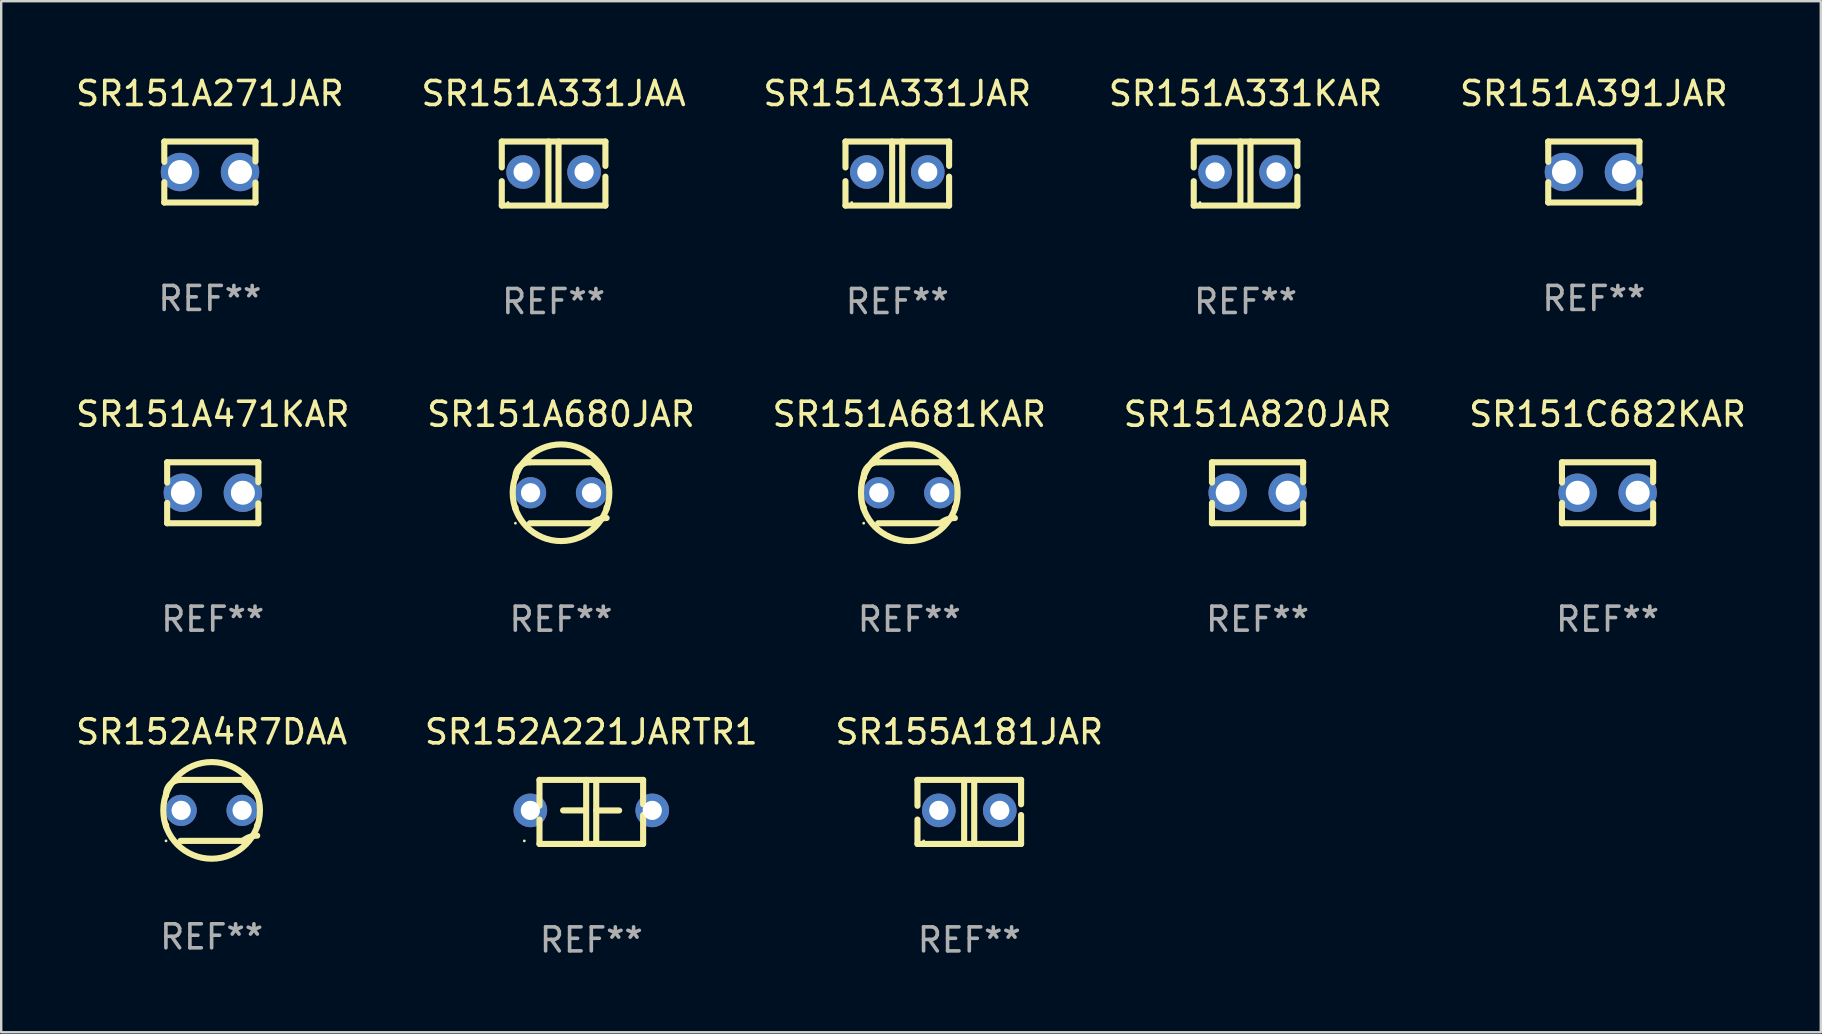
<source format=kicad_pcb>
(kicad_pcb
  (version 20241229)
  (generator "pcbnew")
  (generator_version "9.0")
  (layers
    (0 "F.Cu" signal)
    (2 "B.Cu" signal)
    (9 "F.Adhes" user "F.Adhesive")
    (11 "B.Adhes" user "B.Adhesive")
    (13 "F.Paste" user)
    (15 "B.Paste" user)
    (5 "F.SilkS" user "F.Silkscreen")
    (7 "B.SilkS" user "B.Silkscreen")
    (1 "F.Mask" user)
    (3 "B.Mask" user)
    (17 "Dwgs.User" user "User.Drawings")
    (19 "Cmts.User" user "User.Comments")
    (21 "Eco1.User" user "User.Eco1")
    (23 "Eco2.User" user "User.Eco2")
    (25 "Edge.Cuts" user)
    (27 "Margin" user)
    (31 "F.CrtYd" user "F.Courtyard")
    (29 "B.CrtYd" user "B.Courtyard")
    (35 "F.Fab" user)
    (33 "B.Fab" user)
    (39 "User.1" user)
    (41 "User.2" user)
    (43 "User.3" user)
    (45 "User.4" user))
  (footprint "SR151A820JAR"
    (layer "F.Cu")
    (at 49.351 17.482)
    (property "Reference" "SR151A820JAR" (at 0 -3.27 0) (layer "F.SilkS") (effects (font (size 1 1) (thickness 0.15))))
    (attr through_hole)
    (fp_line (start -1.9 -1.27) (end -1.9 -0.423) (stroke (width 0.254) (type solid)) (layer "F.SilkS"))
    (fp_line (start -1.9 -1.27) (end 1.9 -1.27) (stroke (width 0.254) (type solid)) (layer "F.SilkS"))
    (fp_line (start -1.9 0.423) (end -1.9 1.27) (stroke (width 0.254) (type solid)) (layer "F.SilkS"))
    (fp_line (start -1.9 1.27) (end 1.9 1.27) (stroke (width 0.254) (type solid)) (layer "F.SilkS"))
    (fp_line (start 1.9 -1.27) (end 1.9 -0.439) (stroke (width 0.254) (type solid)) (layer "F.SilkS"))
    (fp_line (start 1.9 0.439) (end 1.9 1.27) (stroke (width 0.254) (type solid)) (layer "F.SilkS"))
    (fp_circle (center -1.895 1.25) (end -1.865 1.25) (stroke (width 0.06) (type solid)) (fill no) (layer "F.SilkS"))
    (fp_text user "REF**" (at 0 5.27 0) (layer "F.Fab") (effects (font (size 1 1) (thickness 0.15))))
    (pad "1" thru_hole circle (at -1.245 0) (size 1.6 1.6) (drill 1) (layers "*.Cu" "*.Mask"))
    (pad "2" thru_hole circle (at 1.255 0) (size 1.6 1.6) (drill 1) (layers "*.Cu" "*.Mask")))
  (footprint "SR152A221JARTR1"
    (layer "F.Cu")
    (at 21.589 30.782)
    (property "Reference" "SR152A221JARTR1" (at 0 -3.334 0) (layer "F.SilkS") (effects (font (size 1 1) (thickness 0.15))))
    (attr through_hole)
    (fp_line (start -2.159 -1.334) (end 2.159 -1.334) (stroke (width 0.254) (type solid)) (layer "F.SilkS"))
    (fp_line (start -2.159 -0.256) (end -2.159 -1.334) (stroke (width 0.254) (type solid)) (layer "F.SilkS"))
    (fp_line (start -2.159 1.334) (end -2.159 0.318) (stroke (width 0.254) (type solid)) (layer "F.SilkS"))
    (fp_line (start -0.22 -0.064) (end -1.175 -0.064) (stroke (width 0.254) (type solid)) (layer "F.SilkS"))
    (fp_line (start -0.214 -1.334) (end -0.214 1.207) (stroke (width 0.254) (type solid)) (layer "F.SilkS"))
    (fp_line (start 0.205 -1.334) (end 0.205 1.207) (stroke (width 0.254) (type solid)) (layer "F.SilkS"))
    (fp_line (start 0.205 -0.061) (end 1.16 -0.061) (stroke (width 0.254) (type solid)) (layer "F.SilkS"))
    (fp_line (start 2.159 -1.334) (end 2.159 -0.318) (stroke (width 0.254) (type solid)) (layer "F.SilkS"))
    (fp_line (start 2.159 0.129) (end 2.159 1.334) (stroke (width 0.254) (type solid)) (layer "F.SilkS"))
    (fp_line (start 2.159 1.334) (end -2.159 1.334) (stroke (width 0.254) (type solid)) (layer "F.SilkS"))
    (fp_circle (center -2.79 1.207) (end -2.76 1.207) (stroke (width 0.06) (type solid)) (fill no) (layer "F.SilkS"))
    (fp_text user "REF**" (at 0 5.334 0) (layer "F.Fab") (effects (font (size 1 1) (thickness 0.15))))
    (pad "1" thru_hole circle (at -2.54 -0.064) (size 1.4 1.4) (drill 0.8) (layers "*.Cu" "*.Mask"))
    (pad "2" thru_hole circle (at 2.54 -0.064) (size 1.4 1.4) (drill 0.8) (layers "*.Cu" "*.Mask")))
  (footprint "SR151A271JAR"
    (layer "F.Cu")
    (at 5.696 4.118)
    (property "Reference" "SR151A271JAR" (at 0 -3.27 0) (layer "F.SilkS") (effects (font (size 1 1) (thickness 0.15))))
    (attr through_hole)
    (fp_line (start -1.9 -1.27) (end -1.9 -0.423) (stroke (width 0.254) (type solid)) (layer "F.SilkS"))
    (fp_line (start -1.9 -1.27) (end 1.9 -1.27) (stroke (width 0.254) (type solid)) (layer "F.SilkS"))
    (fp_line (start -1.9 0.423) (end -1.9 1.27) (stroke (width 0.254) (type solid)) (layer "F.SilkS"))
    (fp_line (start -1.9 1.27) (end 1.9 1.27) (stroke (width 0.254) (type solid)) (layer "F.SilkS"))
    (fp_line (start 1.9 -1.27) (end 1.9 -0.439) (stroke (width 0.254) (type solid)) (layer "F.SilkS"))
    (fp_line (start 1.9 0.439) (end 1.9 1.27) (stroke (width 0.254) (type solid)) (layer "F.SilkS"))
    (fp_circle (center -1.895 1.25) (end -1.865 1.25) (stroke (width 0.06) (type solid)) (fill no) (layer "F.SilkS"))
    (fp_text user "REF**" (at 0 5.27 0) (layer "F.Fab") (effects (font (size 1 1) (thickness 0.15))))
    (pad "1" thru_hole circle (at -1.245 0) (size 1.6 1.6) (drill 1) (layers "*.Cu" "*.Mask"))
    (pad "2" thru_hole circle (at 1.255 0) (size 1.6 1.6) (drill 1) (layers "*.Cu" "*.Mask")))
  (footprint "SR155A181JAR"
    (layer "F.Cu")
    (at 37.339 30.782)
    (property "Reference" "SR155A181JAR" (at 0 -3.334 0) (layer "F.SilkS") (effects (font (size 1 1) (thickness 0.15))))
    (attr through_hole)
    (fp_line (start -2.159 -1.334) (end 2.159 -1.334) (stroke (width 0.254) (type solid)) (layer "F.SilkS"))
    (fp_line (start -2.159 -0.256) (end -2.159 -1.334) (stroke (width 0.254) (type solid)) (layer "F.SilkS"))
    (fp_line (start -2.159 1.334) (end -2.159 0.318) (stroke (width 0.254) (type solid)) (layer "F.SilkS"))
    (fp_line (start -0.214 -1.334) (end -0.214 1.207) (stroke (width 0.254) (type solid)) (layer "F.SilkS"))
    (fp_line (start 0.205 -1.334) (end 0.205 1.207) (stroke (width 0.254) (type solid)) (layer "F.SilkS"))
    (fp_line (start 2.159 -1.334) (end 2.159 -0.318) (stroke (width 0.254) (type solid)) (layer "F.SilkS"))
    (fp_line (start 2.159 0.129) (end 2.159 1.334) (stroke (width 0.254) (type solid)) (layer "F.SilkS"))
    (fp_line (start 2.159 1.334) (end -2.159 1.334) (stroke (width 0.254) (type solid)) (layer "F.SilkS"))
    (fp_circle (center -1.9 1.207) (end -1.87 1.207) (stroke (width 0.06) (type solid)) (fill no) (layer "F.SilkS"))
    (fp_text user "REF**" (at 0 5.334 0) (layer "F.Fab") (effects (font (size 1 1) (thickness 0.15))))
    (pad "1" thru_hole circle (at -1.27 -0.064) (size 1.4 1.4) (drill 0.8) (layers "*.Cu" "*.Mask"))
    (pad "2" thru_hole circle (at 1.27 -0.064) (size 1.4 1.4) (drill 0.8) (layers "*.Cu" "*.Mask")))
  (footprint "SR151A331KAR"
    (layer "F.Cu")
    (at 48.851 4.182)
    (property "Reference" "SR151A331KAR" (at 0 -3.334 0) (layer "F.SilkS") (effects (font (size 1 1) (thickness 0.15))))
    (attr through_hole)
    (fp_line (start -2.159 -1.334) (end 2.159 -1.334) (stroke (width 0.254) (type solid)) (layer "F.SilkS"))
    (fp_line (start -2.159 -0.256) (end -2.159 -1.334) (stroke (width 0.254) (type solid)) (layer "F.SilkS"))
    (fp_line (start -2.159 1.334) (end -2.159 0.318) (stroke (width 0.254) (type solid)) (layer "F.SilkS"))
    (fp_line (start -0.214 -1.334) (end -0.214 1.207) (stroke (width 0.254) (type solid)) (layer "F.SilkS"))
    (fp_line (start 0.205 -1.334) (end 0.205 1.207) (stroke (width 0.254) (type solid)) (layer "F.SilkS"))
    (fp_line (start 2.159 -1.334) (end 2.159 -0.318) (stroke (width 0.254) (type solid)) (layer "F.SilkS"))
    (fp_line (start 2.159 0.129) (end 2.159 1.334) (stroke (width 0.254) (type solid)) (layer "F.SilkS"))
    (fp_line (start 2.159 1.334) (end -2.159 1.334) (stroke (width 0.254) (type solid)) (layer "F.SilkS"))
    (fp_circle (center -1.9 1.207) (end -1.87 1.207) (stroke (width 0.06) (type solid)) (fill no) (layer "F.SilkS"))
    (fp_text user "REF**" (at 0 5.334 0) (layer "F.Fab") (effects (font (size 1 1) (thickness 0.15))))
    (pad "1" thru_hole circle (at -1.27 -0.064) (size 1.4 1.4) (drill 0.8) (layers "*.Cu" "*.Mask"))
    (pad "2" thru_hole circle (at 1.27 -0.064) (size 1.4 1.4) (drill 0.8) (layers "*.Cu" "*.Mask")))
  (footprint "SR151A681KAR"
    (layer "F.Cu")
    (at 34.839 17.482)
    (property "Reference" "SR151A681KAR" (at 0 -3.27 0) (layer "F.SilkS") (effects (font (size 1 1) (thickness 0.15))))
    (attr through_hole)
    (fp_line (start -1.9 -0.615) (end -1.9 -0.668) (stroke (width 0.254) (type solid)) (layer "F.SilkS"))
    (fp_line (start -1.9 0.668) (end -1.9 0.615) (stroke (width 0.254) (type solid)) (layer "F.SilkS"))
    (fp_line (start -1.298 1.27) (end 1.298 1.27) (stroke (width 0.254) (type solid)) (layer "F.SilkS"))
    (fp_line (start -1.298 -1.27) (end 1.298 -1.27) (stroke (width 0.254) (type solid)) (layer "F.SilkS"))
    (fp_line (start 1.9 -0.668) (end 1.9 -0.615) (stroke (width 0.254) (type solid)) (layer "F.SilkS"))
    (fp_line (start 1.9 0.615) (end 1.9 0.668) (stroke (width 0.254) (type solid)) (layer "F.SilkS"))
    (fp_arc (start -1.900025 0.667602) (mid 1.900003 -0.66758) (end -1.900025 0.667602) (stroke (width 0.254001) (type solid)) (layer "F.SilkS"))
    (fp_arc (start -1.9 -0.667602) (mid -1.723557 -1.093572) (end -1.297587 -1.270015) (stroke (width 0.254001) (type solid)) (layer "F.SilkS"))
    (fp_arc (start 1.297587 1.26999) (mid 1.579878 1.109027) (end 1.9 1.053172) (stroke (width 0.254001) (type solid)) (layer "F.SilkS"))
    (fp_arc (start 1.297611 -1.270042) (mid 1.598991 -0.969008) (end 1.900025 -0.667628) (stroke (width 0.254001) (type solid)) (layer "F.SilkS"))
    (fp_circle (center -1.9 1.27) (end -1.87 1.27) (stroke (width 0.06) (type solid)) (fill no) (layer "F.SilkS"))
    (fp_text user "REF**" (at 0 5.27 0) (layer "F.Fab") (effects (font (size 1 1) (thickness 0.15))))
    (pad "1" thru_hole circle (at -1.27 -0.000013) (size 1.3 1.3) (drill 0.8) (layers "*.Cu" "*.Mask"))
    (pad "2" thru_hole circle (at 1.27 -0.000013) (size 1.3 1.3) (drill 0.8) (layers "*.Cu" "*.Mask")))
  (footprint "SR151A331JAA"
    (layer "F.Cu")
    (at 20.018 4.182)
    (property "Reference" "SR151A331JAA" (at 0 -3.334 0) (layer "F.SilkS") (effects (font (size 1 1) (thickness 0.15))))
    (attr through_hole)
    (fp_line (start -2.159 -1.334) (end 2.159 -1.334) (stroke (width 0.254) (type solid)) (layer "F.SilkS"))
    (fp_line (start -2.159 -0.256) (end -2.159 -1.334) (stroke (width 0.254) (type solid)) (layer "F.SilkS"))
    (fp_line (start -2.159 1.334) (end -2.159 0.318) (stroke (width 0.254) (type solid)) (layer "F.SilkS"))
    (fp_line (start -0.214 -1.334) (end -0.214 1.207) (stroke (width 0.254) (type solid)) (layer "F.SilkS"))
    (fp_line (start 0.205 -1.334) (end 0.205 1.207) (stroke (width 0.254) (type solid)) (layer "F.SilkS"))
    (fp_line (start 2.159 -1.334) (end 2.159 -0.318) (stroke (width 0.254) (type solid)) (layer "F.SilkS"))
    (fp_line (start 2.159 0.129) (end 2.159 1.334) (stroke (width 0.254) (type solid)) (layer "F.SilkS"))
    (fp_line (start 2.159 1.334) (end -2.159 1.334) (stroke (width 0.254) (type solid)) (layer "F.SilkS"))
    (fp_circle (center -1.9 1.207) (end -1.87 1.207) (stroke (width 0.06) (type solid)) (fill no) (layer "F.SilkS"))
    (fp_text user "REF**" (at 0 5.334 0) (layer "F.Fab") (effects (font (size 1 1) (thickness 0.15))))
    (pad "1" thru_hole circle (at -1.27 -0.064) (size 1.4 1.4) (drill 0.8) (layers "*.Cu" "*.Mask"))
    (pad "2" thru_hole circle (at 1.27 -0.064) (size 1.4 1.4) (drill 0.8) (layers "*.Cu" "*.Mask")))
  (footprint "SR151A471KAR"
    (layer "F.Cu")
    (at 5.815 17.482)
    (property "Reference" "SR151A471KAR" (at 0 -3.27 0) (layer "F.SilkS") (effects (font (size 1 1) (thickness 0.15))))
    (attr through_hole)
    (fp_line (start -1.9 -1.27) (end -1.9 -0.423) (stroke (width 0.254) (type solid)) (layer "F.SilkS"))
    (fp_line (start -1.9 -1.27) (end 1.9 -1.27) (stroke (width 0.254) (type solid)) (layer "F.SilkS"))
    (fp_line (start -1.9 0.423) (end -1.9 1.27) (stroke (width 0.254) (type solid)) (layer "F.SilkS"))
    (fp_line (start -1.9 1.27) (end 1.9 1.27) (stroke (width 0.254) (type solid)) (layer "F.SilkS"))
    (fp_line (start 1.9 -1.27) (end 1.9 -0.439) (stroke (width 0.254) (type solid)) (layer "F.SilkS"))
    (fp_line (start 1.9 0.439) (end 1.9 1.27) (stroke (width 0.254) (type solid)) (layer "F.SilkS"))
    (fp_circle (center -1.895 1.25) (end -1.865 1.25) (stroke (width 0.06) (type solid)) (fill no) (layer "F.SilkS"))
    (fp_text user "REF**" (at 0 5.27 0) (layer "F.Fab") (effects (font (size 1 1) (thickness 0.15))))
    (pad "1" thru_hole circle (at -1.245 0) (size 1.6 1.6) (drill 1) (layers "*.Cu" "*.Mask"))
    (pad "2" thru_hole circle (at 1.255 0) (size 1.6 1.6) (drill 1) (layers "*.Cu" "*.Mask")))
  (footprint "SR152A4R7DAA"
    (layer "F.Cu")
    (at 5.768 30.718)
    (property "Reference" "SR152A4R7DAA" (at 0 -3.27 0) (layer "F.SilkS") (effects (font (size 1 1) (thickness 0.15))))
    (attr through_hole)
    (fp_line (start -1.9 -0.615) (end -1.9 -0.668) (stroke (width 0.254) (type solid)) (layer "F.SilkS"))
    (fp_line (start -1.9 0.668) (end -1.9 0.615) (stroke (width 0.254) (type solid)) (layer "F.SilkS"))
    (fp_line (start -1.298 1.27) (end 1.298 1.27) (stroke (width 0.254) (type solid)) (layer "F.SilkS"))
    (fp_line (start -1.298 -1.27) (end 1.298 -1.27) (stroke (width 0.254) (type solid)) (layer "F.SilkS"))
    (fp_line (start 1.9 -0.668) (end 1.9 -0.615) (stroke (width 0.254) (type solid)) (layer "F.SilkS"))
    (fp_line (start 1.9 0.615) (end 1.9 0.668) (stroke (width 0.254) (type solid)) (layer "F.SilkS"))
    (fp_arc (start -1.900025 0.667602) (mid 1.900003 -0.66758) (end -1.900025 0.667602) (stroke (width 0.254001) (type solid)) (layer "F.SilkS"))
    (fp_arc (start -1.9 -0.667602) (mid -1.723557 -1.093572) (end -1.297587 -1.270015) (stroke (width 0.254001) (type solid)) (layer "F.SilkS"))
    (fp_arc (start 1.297587 1.26999) (mid 1.579878 1.109027) (end 1.9 1.053172) (stroke (width 0.254001) (type solid)) (layer "F.SilkS"))
    (fp_arc (start 1.297611 -1.270042) (mid 1.598991 -0.969008) (end 1.900025 -0.667628) (stroke (width 0.254001) (type solid)) (layer "F.SilkS"))
    (fp_circle (center -1.9 1.27) (end -1.87 1.27) (stroke (width 0.06) (type solid)) (fill no) (layer "F.SilkS"))
    (fp_text user "REF**" (at 0 5.27 0) (layer "F.Fab") (effects (font (size 1 1) (thickness 0.15))))
    (pad "1" thru_hole circle (at -1.27 -0.000013) (size 1.3 1.3) (drill 0.8) (layers "*.Cu" "*.Mask"))
    (pad "2" thru_hole circle (at 1.27 -0.000013) (size 1.3 1.3) (drill 0.8) (layers "*.Cu" "*.Mask")))
  (footprint "SR151A331JAR"
    (layer "F.Cu")
    (at 34.339 4.182)
    (property "Reference" "SR151A331JAR" (at 0 -3.334 0) (layer "F.SilkS") (effects (font (size 1 1) (thickness 0.15))))
    (attr through_hole)
    (fp_line (start -2.159 -1.334) (end 2.159 -1.334) (stroke (width 0.254) (type solid)) (layer "F.SilkS"))
    (fp_line (start -2.159 -0.256) (end -2.159 -1.334) (stroke (width 0.254) (type solid)) (layer "F.SilkS"))
    (fp_line (start -2.159 1.334) (end -2.159 0.318) (stroke (width 0.254) (type solid)) (layer "F.SilkS"))
    (fp_line (start -0.214 -1.334) (end -0.214 1.207) (stroke (width 0.254) (type solid)) (layer "F.SilkS"))
    (fp_line (start 0.205 -1.334) (end 0.205 1.207) (stroke (width 0.254) (type solid)) (layer "F.SilkS"))
    (fp_line (start 2.159 -1.334) (end 2.159 -0.318) (stroke (width 0.254) (type solid)) (layer "F.SilkS"))
    (fp_line (start 2.159 0.129) (end 2.159 1.334) (stroke (width 0.254) (type solid)) (layer "F.SilkS"))
    (fp_line (start 2.159 1.334) (end -2.159 1.334) (stroke (width 0.254) (type solid)) (layer "F.SilkS"))
    (fp_circle (center -1.9 1.207) (end -1.87 1.207) (stroke (width 0.06) (type solid)) (fill no) (layer "F.SilkS"))
    (fp_text user "REF**" (at 0 5.334 0) (layer "F.Fab") (effects (font (size 1 1) (thickness 0.15))))
    (pad "1" thru_hole circle (at -1.27 -0.064) (size 1.4 1.4) (drill 0.8) (layers "*.Cu" "*.Mask"))
    (pad "2" thru_hole circle (at 1.27 -0.064) (size 1.4 1.4) (drill 0.8) (layers "*.Cu" "*.Mask")))
  (footprint "SR151C682KAR"
    (layer "F.Cu")
    (at 63.935 17.482)
    (property "Reference" "SR151C682KAR" (at 0 -3.27 0) (layer "F.SilkS") (effects (font (size 1 1) (thickness 0.15))))
    (attr through_hole)
    (fp_line (start -1.9 -1.27) (end -1.9 -0.423) (stroke (width 0.254) (type solid)) (layer "F.SilkS"))
    (fp_line (start -1.9 -1.27) (end 1.9 -1.27) (stroke (width 0.254) (type solid)) (layer "F.SilkS"))
    (fp_line (start -1.9 0.423) (end -1.9 1.27) (stroke (width 0.254) (type solid)) (layer "F.SilkS"))
    (fp_line (start -1.9 1.27) (end 1.9 1.27) (stroke (width 0.254) (type solid)) (layer "F.SilkS"))
    (fp_line (start 1.9 -1.27) (end 1.9 -0.439) (stroke (width 0.254) (type solid)) (layer "F.SilkS"))
    (fp_line (start 1.9 0.439) (end 1.9 1.27) (stroke (width 0.254) (type solid)) (layer "F.SilkS"))
    (fp_circle (center -1.895 1.25) (end -1.865 1.25) (stroke (width 0.06) (type solid)) (fill no) (layer "F.SilkS"))
    (fp_text user "REF**" (at 0 5.27 0) (layer "F.Fab") (effects (font (size 1 1) (thickness 0.15))))
    (pad "1" thru_hole circle (at -1.245 0) (size 1.6 1.6) (drill 1) (layers "*.Cu" "*.Mask"))
    (pad "2" thru_hole circle (at 1.255 0) (size 1.6 1.6) (drill 1) (layers "*.Cu" "*.Mask")))
  (footprint "SR151A680JAR"
    (layer "F.Cu")
    (at 20.327 17.482)
    (property "Reference" "SR151A680JAR" (at 0 -3.27 0) (layer "F.SilkS") (effects (font (size 1 1) (thickness 0.15))))
    (attr through_hole)
    (fp_line (start -1.9 -0.615) (end -1.9 -0.668) (stroke (width 0.254) (type solid)) (layer "F.SilkS"))
    (fp_line (start -1.9 0.668) (end -1.9 0.615) (stroke (width 0.254) (type solid)) (layer "F.SilkS"))
    (fp_line (start -1.298 1.27) (end 1.298 1.27) (stroke (width 0.254) (type solid)) (layer "F.SilkS"))
    (fp_line (start -1.298 -1.27) (end 1.298 -1.27) (stroke (width 0.254) (type solid)) (layer "F.SilkS"))
    (fp_line (start 1.9 -0.668) (end 1.9 -0.615) (stroke (width 0.254) (type solid)) (layer "F.SilkS"))
    (fp_line (start 1.9 0.615) (end 1.9 0.668) (stroke (width 0.254) (type solid)) (layer "F.SilkS"))
    (fp_arc (start -1.900025 0.667602) (mid 1.900003 -0.66758) (end -1.900025 0.667602) (stroke (width 0.254001) (type solid)) (layer "F.SilkS"))
    (fp_arc (start -1.9 -0.667602) (mid -1.723557 -1.093572) (end -1.297587 -1.270015) (stroke (width 0.254001) (type solid)) (layer "F.SilkS"))
    (fp_arc (start 1.297587 1.26999) (mid 1.579878 1.109027) (end 1.9 1.053172) (stroke (width 0.254001) (type solid)) (layer "F.SilkS"))
    (fp_arc (start 1.297611 -1.270042) (mid 1.598991 -0.969008) (end 1.900025 -0.667628) (stroke (width 0.254001) (type solid)) (layer "F.SilkS"))
    (fp_circle (center -1.9 1.27) (end -1.87 1.27) (stroke (width 0.06) (type solid)) (fill no) (layer "F.SilkS"))
    (fp_text user "REF**" (at 0 5.27 0) (layer "F.Fab") (effects (font (size 1 1) (thickness 0.15))))
    (pad "1" thru_hole circle (at -1.27 -0.000013) (size 1.3 1.3) (drill 0.8) (layers "*.Cu" "*.Mask"))
    (pad "2" thru_hole circle (at 1.27 -0.000013) (size 1.3 1.3) (drill 0.8) (layers "*.Cu" "*.Mask")))
  (footprint "SR151A391JAR"
    (layer "F.Cu")
    (at 63.363 4.118)
    (property "Reference" "SR151A391JAR" (at 0 -3.27 0) (layer "F.SilkS") (effects (font (size 1 1) (thickness 0.15))))
    (attr through_hole)
    (fp_line (start -1.9 -1.27) (end -1.9 -0.423) (stroke (width 0.254) (type solid)) (layer "F.SilkS"))
    (fp_line (start -1.9 -1.27) (end 1.9 -1.27) (stroke (width 0.254) (type solid)) (layer "F.SilkS"))
    (fp_line (start -1.9 0.423) (end -1.9 1.27) (stroke (width 0.254) (type solid)) (layer "F.SilkS"))
    (fp_line (start -1.9 1.27) (end 1.9 1.27) (stroke (width 0.254) (type solid)) (layer "F.SilkS"))
    (fp_line (start 1.9 -1.27) (end 1.9 -0.439) (stroke (width 0.254) (type solid)) (layer "F.SilkS"))
    (fp_line (start 1.9 0.439) (end 1.9 1.27) (stroke (width 0.254) (type solid)) (layer "F.SilkS"))
    (fp_circle (center -1.895 1.25) (end -1.865 1.25) (stroke (width 0.06) (type solid)) (fill no) (layer "F.SilkS"))
    (fp_text user "REF**" (at 0 5.27 0) (layer "F.Fab") (effects (font (size 1 1) (thickness 0.15))))
    (pad "1" thru_hole circle (at -1.245 0) (size 1.6 1.6) (drill 1) (layers "*.Cu" "*.Mask"))
    (pad "2" thru_hole circle (at 1.255 0) (size 1.6 1.6) (drill 1) (layers "*.Cu" "*.Mask")))
  (gr_rect
    (start -3 -3)
    (end 72.821 39.964)
    (stroke (width 0.1) (type default))
    (fill no)
    (layer "Edge.Cuts")))
</source>
